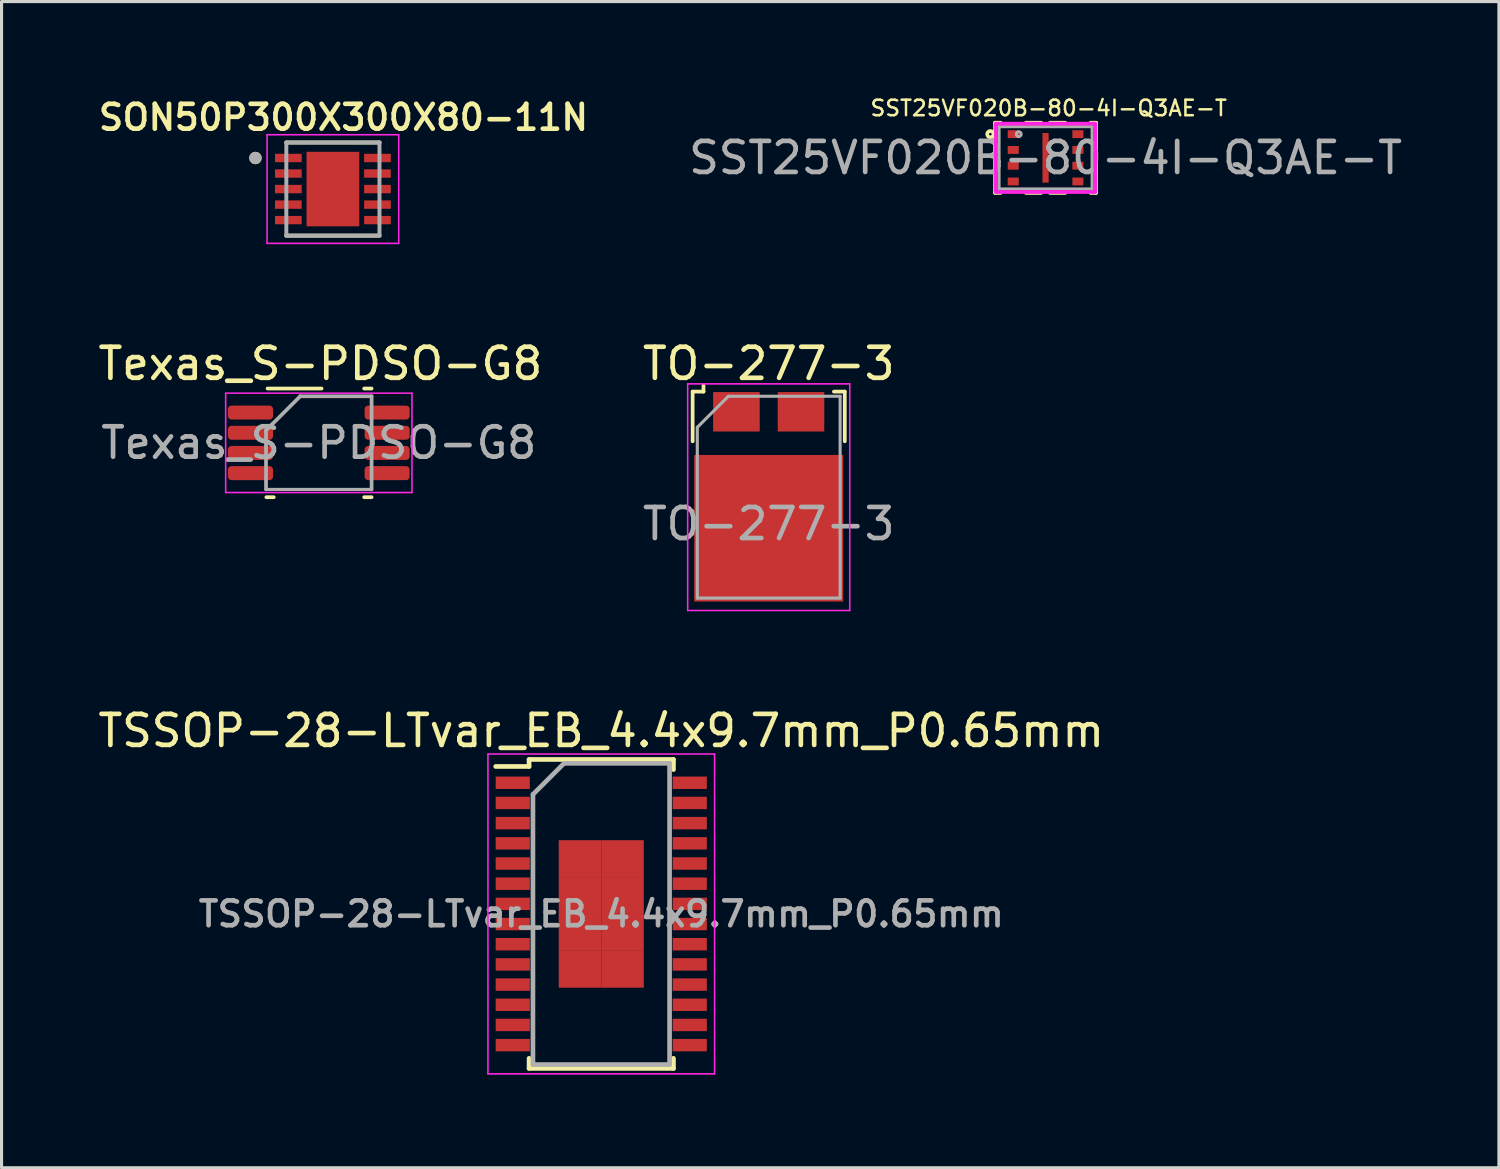
<source format=kicad_pcb>
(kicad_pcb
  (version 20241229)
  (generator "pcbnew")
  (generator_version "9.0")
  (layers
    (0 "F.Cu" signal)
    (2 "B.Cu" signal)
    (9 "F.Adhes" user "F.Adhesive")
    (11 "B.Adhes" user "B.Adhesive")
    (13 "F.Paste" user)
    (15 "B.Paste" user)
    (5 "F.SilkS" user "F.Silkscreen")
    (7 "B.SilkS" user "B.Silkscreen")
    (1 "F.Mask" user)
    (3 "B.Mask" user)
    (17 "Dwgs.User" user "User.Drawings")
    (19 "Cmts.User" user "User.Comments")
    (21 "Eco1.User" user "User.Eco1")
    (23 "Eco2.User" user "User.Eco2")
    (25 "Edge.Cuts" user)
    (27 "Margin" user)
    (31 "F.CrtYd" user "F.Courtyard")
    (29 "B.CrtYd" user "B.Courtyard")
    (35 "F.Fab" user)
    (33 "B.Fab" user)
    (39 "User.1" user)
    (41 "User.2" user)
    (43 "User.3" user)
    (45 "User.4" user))
  (footprint "Texas_S-PDSO-G8"
    (layer "F.Cu")
    (at 7.218 11.213)
    (property "Reference" "Texas_S-PDSO-G8" (at 0.05 -2.55 0) (layer "F.SilkS") (effects (font (size 1 1) (thickness 0.15))))
    (attr smd)
    (fp_line (start -1.45 1.75) (end -1.689 1.75) (stroke (width 0.12) (type solid)) (layer "F.SilkS"))
    (fp_line (start 0.089 -1.75) (end -1.65 -1.75) (stroke (width 0.12) (type solid)) (layer "F.SilkS"))
    (fp_line (start 1.461 -1.75) (end 1.7 -1.75) (stroke (width 0.12) (type solid)) (layer "F.SilkS"))
    (fp_line (start 1.461 1.75) (end 1.7 1.75) (stroke (width 0.12) (type solid)) (layer "F.SilkS"))
    (fp_line (start -3 -1.6) (end -3 1.6) (stroke (width 0.05) (type solid)) (layer "F.CrtYd"))
    (fp_line (start -3 1.6) (end 3 1.6) (stroke (width 0.05) (type solid)) (layer "F.CrtYd"))
    (fp_line (start 3 -1.6) (end -3 -1.6) (stroke (width 0.05) (type solid)) (layer "F.CrtYd"))
    (fp_line (start 3 1.6) (end 3 -1.6) (stroke (width 0.05) (type solid)) (layer "F.CrtYd"))
    (fp_line (start -1.7 -0.4) (end -1.7 1.5) (stroke (width 0.12) (type solid)) (layer "F.Fab"))
    (fp_line (start -1.5 -0.6) (end -1.7 -0.4) (stroke (width 0.12) (type solid)) (layer "F.Fab"))
    (fp_line (start -0.6 -1.5) (end -1.5 -0.6) (stroke (width 0.12) (type solid)) (layer "F.Fab"))
    (fp_line (start 1.7 -1.5) (end -0.6 -1.5) (stroke (width 0.12) (type solid)) (layer "F.Fab"))
    (fp_line (start 1.7 1.5) (end -1.7 1.5) (stroke (width 0.1) (type solid)) (layer "F.Fab"))
    (fp_line (start 1.7 1.5) (end 1.7 -1.5) (stroke (width 0.12) (type solid)) (layer "F.Fab"))
    (fp_text user "${REFERENCE}" (at 0 0 0) (layer "F.Fab") (effects (font (size 0.98 0.98) (thickness 0.15))))
    (pad "1" smd roundrect (at -2.2 -0.975) (size 1.45 0.45) (layers "F.Cu" "F.Mask" "F.Paste") (roundrect_rratio 0.25))
    (pad "2" smd roundrect (at -2.2 -0.325) (size 1.45 0.45) (layers "F.Cu" "F.Mask" "F.Paste") (roundrect_rratio 0.25))
    (pad "3" smd roundrect (at -2.2 0.325) (size 1.45 0.45) (layers "F.Cu" "F.Mask" "F.Paste") (roundrect_rratio 0.25))
    (pad "4" smd roundrect (at -2.2 0.975) (size 1.45 0.45) (layers "F.Cu" "F.Mask" "F.Paste") (roundrect_rratio 0.25))
    (pad "5" smd roundrect (at 2.2 0.975) (size 1.45 0.45) (layers "F.Cu" "F.Mask" "F.Paste") (roundrect_rratio 0.25))
    (pad "6" smd roundrect (at 2.2 0.325) (size 1.45 0.45) (layers "F.Cu" "F.Mask" "F.Paste") (roundrect_rratio 0.25))
    (pad "7" smd roundrect (at 2.2 -0.325) (size 1.45 0.45) (layers "F.Cu" "F.Mask" "F.Paste") (roundrect_rratio 0.25))
    (pad "8" smd roundrect (at 2.2 -0.975) (size 1.45 0.45) (layers "F.Cu" "F.Mask" "F.Paste") (roundrect_rratio 0.25)))
  (footprint "TSSOP-28-LTvar_EB_4.4x9.7mm_P0.65mm"
    (layer "F.Cu")
    (at 16.315 26.386)
    (property "Reference" "TSSOP-28-LTvar_EB_4.4x9.7mm_P0.65mm" (at 0 -5.9 0) (layer "F.SilkS") (effects (font (size 1 1) (thickness 0.15))))
    (attr smd)
    (fp_line (start -2.325 -4.975) (end -2.325 -4.75) (stroke (width 0.15) (type solid)) (layer "F.SilkS"))
    (fp_line (start -2.325 -4.975) (end 2.325 -4.975) (stroke (width 0.15) (type solid)) (layer "F.SilkS"))
    (fp_line (start -2.325 -4.75) (end -3.4 -4.75) (stroke (width 0.15) (type solid)) (layer "F.SilkS"))
    (fp_line (start -2.325 4.975) (end -2.325 4.65) (stroke (width 0.15) (type solid)) (layer "F.SilkS"))
    (fp_line (start -2.325 4.975) (end 2.325 4.975) (stroke (width 0.15) (type solid)) (layer "F.SilkS"))
    (fp_line (start 2.325 -4.975) (end 2.325 -4.65) (stroke (width 0.15) (type solid)) (layer "F.SilkS"))
    (fp_line (start 2.325 4.975) (end 2.325 4.65) (stroke (width 0.15) (type solid)) (layer "F.SilkS"))
    (fp_line (start -3.65 -5.15) (end -3.65 5.15) (stroke (width 0.05) (type solid)) (layer "F.CrtYd"))
    (fp_line (start -3.65 -5.15) (end 3.65 -5.15) (stroke (width 0.05) (type solid)) (layer "F.CrtYd"))
    (fp_line (start -3.65 5.15) (end 3.65 5.15) (stroke (width 0.05) (type solid)) (layer "F.CrtYd"))
    (fp_line (start 3.65 -5.15) (end 3.65 5.15) (stroke (width 0.05) (type solid)) (layer "F.CrtYd"))
    (fp_line (start -2.2 -3.85) (end -1.2 -4.85) (stroke (width 0.15) (type solid)) (layer "F.Fab"))
    (fp_line (start -2.2 4.85) (end -2.2 -3.85) (stroke (width 0.15) (type solid)) (layer "F.Fab"))
    (fp_line (start -1.2 -4.85) (end 2.2 -4.85) (stroke (width 0.15) (type solid)) (layer "F.Fab"))
    (fp_line (start 2.2 -4.85) (end 2.2 4.85) (stroke (width 0.15) (type solid)) (layer "F.Fab"))
    (fp_line (start 2.2 4.85) (end -2.2 4.85) (stroke (width 0.15) (type solid)) (layer "F.Fab"))
    (fp_text user "${REFERENCE}" (at 0 0 0) (layer "F.Fab") (effects (font (size 0.8 0.8) (thickness 0.15))))
    (pad "1" smd rect (at -2.85 -4.225) (size 1.1 0.4) (layers "F.Cu" "F.Mask" "F.Paste"))
    (pad "2" smd rect (at -2.85 -3.575) (size 1.1 0.4) (layers "F.Cu" "F.Mask" "F.Paste"))
    (pad "3" smd rect (at -2.85 -2.925) (size 1.1 0.4) (layers "F.Cu" "F.Mask" "F.Paste"))
    (pad "4" smd rect (at -2.85 -2.275) (size 1.1 0.4) (layers "F.Cu" "F.Mask" "F.Paste"))
    (pad "5" smd rect (at -2.85 -1.625) (size 1.1 0.4) (layers "F.Cu" "F.Mask" "F.Paste"))
    (pad "6" smd rect (at -2.85 -0.975) (size 1.1 0.4) (layers "F.Cu" "F.Mask" "F.Paste"))
    (pad "7" smd rect (at -2.85 -0.325) (size 1.1 0.4) (layers "F.Cu" "F.Mask" "F.Paste"))
    (pad "8" smd rect (at -2.85 0.325) (size 1.1 0.4) (layers "F.Cu" "F.Mask" "F.Paste"))
    (pad "9" smd rect (at -2.85 0.975) (size 1.1 0.4) (layers "F.Cu" "F.Mask" "F.Paste"))
    (pad "10" smd rect (at -2.85 1.625) (size 1.1 0.4) (layers "F.Cu" "F.Mask" "F.Paste"))
    (pad "11" smd rect (at -2.85 2.275) (size 1.1 0.4) (layers "F.Cu" "F.Mask" "F.Paste"))
    (pad "12" smd rect (at -2.85 2.925) (size 1.1 0.4) (layers "F.Cu" "F.Mask" "F.Paste"))
    (pad "13" smd rect (at -2.85 3.575) (size 1.1 0.4) (layers "F.Cu" "F.Mask" "F.Paste"))
    (pad "14" smd rect (at -2.85 4.225) (size 1.1 0.4) (layers "F.Cu" "F.Mask" "F.Paste"))
    (pad "15" smd rect (at 2.85 4.225) (size 1.1 0.4) (layers "F.Cu" "F.Mask" "F.Paste"))
    (pad "16" smd rect (at 2.85 3.575) (size 1.1 0.4) (layers "F.Cu" "F.Mask" "F.Paste"))
    (pad "17" smd rect (at 2.85 2.925) (size 1.1 0.4) (layers "F.Cu" "F.Mask" "F.Paste"))
    (pad "18" smd rect (at 2.85 2.275) (size 1.1 0.4) (layers "F.Cu" "F.Mask" "F.Paste"))
    (pad "19" smd rect (at 2.85 1.625) (size 1.1 0.4) (layers "F.Cu" "F.Mask" "F.Paste"))
    (pad "20" smd rect (at 2.85 0.975) (size 1.1 0.4) (layers "F.Cu" "F.Mask" "F.Paste"))
    (pad "21" smd rect (at 2.85 0.325) (size 1.1 0.4) (layers "F.Cu" "F.Mask" "F.Paste"))
    (pad "22" smd rect (at 2.85 -0.325) (size 1.1 0.4) (layers "F.Cu" "F.Mask" "F.Paste"))
    (pad "23" smd rect (at 2.85 -0.975) (size 1.1 0.4) (layers "F.Cu" "F.Mask" "F.Paste"))
    (pad "24" smd rect (at 2.85 -1.625) (size 1.1 0.4) (layers "F.Cu" "F.Mask" "F.Paste"))
    (pad "25" smd rect (at 2.85 -2.275) (size 1.1 0.4) (layers "F.Cu" "F.Mask" "F.Paste"))
    (pad "26" smd rect (at 2.85 -2.925) (size 1.1 0.4) (layers "F.Cu" "F.Mask" "F.Paste"))
    (pad "27" smd rect (at 2.85 -3.575) (size 1.1 0.4) (layers "F.Cu" "F.Mask" "F.Paste"))
    (pad "28" smd rect (at 2.85 -4.225) (size 1.1 0.4) (layers "F.Cu" "F.Mask" "F.Paste"))
    (pad "29" smd rect (at -0.685 -1.781) (size 1.37 1.188) (layers "F.Cu" "F.Mask" "F.Paste"))
    (pad "29" smd rect (at -0.685 -0.594) (size 1.37 1.188) (layers "F.Cu" "F.Mask" "F.Paste"))
    (pad "29" smd rect (at -0.685 0.594) (size 1.37 1.188) (layers "F.Cu" "F.Mask" "F.Paste"))
    (pad "29" smd rect (at -0.685 1.781) (size 1.37 1.188) (layers "F.Cu" "F.Mask" "F.Paste"))
    (pad "29" smd rect (at 0.685 -1.781) (size 1.37 1.188) (layers "F.Cu" "F.Mask" "F.Paste"))
    (pad "29" smd rect (at 0.685 -0.594) (size 1.37 1.188) (layers "F.Cu" "F.Mask" "F.Paste"))
    (pad "29" smd rect (at 0.685 0.594) (size 1.37 1.188) (layers "F.Cu" "F.Mask" "F.Paste"))
    (pad "29" smd rect (at 0.685 1.781) (size 1.37 1.188) (layers "F.Cu" "F.Mask" "F.Paste")))
  (footprint "SON50P300X300X80-11N"
    (layer "F.Cu")
    (at 7.672 3.039)
    (property "Reference" "SON50P300X300X80-11N" (at 0.34 -2.308 0) (layer "F.SilkS") (effects (font (size 0.8 0.8) (thickness 0.15))))
    (attr through_hole)
    (fp_line (start -1.5 -1.5) (end 1.5 -1.5) (stroke (width 0.127) (type solid)) (layer "F.SilkS"))
    (fp_line (start -1.5 1.5) (end 1.5 1.5) (stroke (width 0.127) (type solid)) (layer "F.SilkS"))
    (fp_circle (center -2.495 -1) (end -2.395 -1) (stroke (width 0.2) (type solid)) (fill no) (layer "F.SilkS"))
    (fp_poly (pts (xy -0.54 -0.76) (xy 0.54 -0.76) (xy 0.54 0.76) (xy -0.54 0.76)) (stroke (width 0.01) (type solid)) (fill yes) (layer "F.Paste"))
    (fp_line (start -2.12 -1.75) (end -2.12 1.75) (stroke (width 0.05) (type solid)) (layer "F.CrtYd"))
    (fp_line (start -2.12 -1.75) (end 2.12 -1.75) (stroke (width 0.05) (type solid)) (layer "F.CrtYd"))
    (fp_line (start -2.12 1.75) (end 2.12 1.75) (stroke (width 0.05) (type solid)) (layer "F.CrtYd"))
    (fp_line (start 2.12 -1.75) (end 2.12 1.75) (stroke (width 0.05) (type solid)) (layer "F.CrtYd"))
    (fp_line (start -1.5 -1.5) (end -1.5 1.5) (stroke (width 0.127) (type solid)) (layer "F.Fab"))
    (fp_line (start -1.5 -1.5) (end 1.5 -1.5) (stroke (width 0.127) (type solid)) (layer "F.Fab"))
    (fp_line (start -1.5 1.5) (end 1.5 1.5) (stroke (width 0.127) (type solid)) (layer "F.Fab"))
    (fp_line (start 1.5 -1.5) (end 1.5 1.5) (stroke (width 0.127) (type solid)) (layer "F.Fab"))
    (fp_circle (center -2.495 -1) (end -2.395 -1) (stroke (width 0.2) (type solid)) (fill no) (layer "F.Fab"))
    (pad "1" smd roundrect (at -1.435 -1) (size 0.86 0.27) (layers "F.Cu" "F.Mask" "F.Paste") (roundrect_rratio 0.03))
    (pad "2" smd roundrect (at -1.435 -0.5) (size 0.86 0.27) (layers "F.Cu" "F.Mask" "F.Paste") (roundrect_rratio 0.03))
    (pad "3" smd roundrect (at -1.435 0) (size 0.86 0.27) (layers "F.Cu" "F.Mask" "F.Paste") (roundrect_rratio 0.03))
    (pad "4" smd roundrect (at -1.435 0.5) (size 0.86 0.27) (layers "F.Cu" "F.Mask" "F.Paste") (roundrect_rratio 0.03))
    (pad "5" smd roundrect (at -1.435 1) (size 0.86 0.27) (layers "F.Cu" "F.Mask" "F.Paste") (roundrect_rratio 0.03))
    (pad "6" smd roundrect (at 1.435 1) (size 0.86 0.27) (layers "F.Cu" "F.Mask" "F.Paste") (roundrect_rratio 0.03))
    (pad "7" smd roundrect (at 1.435 0.5) (size 0.86 0.27) (layers "F.Cu" "F.Mask" "F.Paste") (roundrect_rratio 0.03))
    (pad "8" smd roundrect (at 1.435 0) (size 0.86 0.27) (layers "F.Cu" "F.Mask" "F.Paste") (roundrect_rratio 0.03))
    (pad "9" smd roundrect (at 1.435 -0.5) (size 0.86 0.27) (layers "F.Cu" "F.Mask" "F.Paste") (roundrect_rratio 0.03))
    (pad "10" smd roundrect (at 1.435 -1) (size 0.86 0.27) (layers "F.Cu" "F.Mask" "F.Paste") (roundrect_rratio 0.03))
    (pad "11" smd rect (at 0 0) (size 1.7 2.4) (layers "F.Cu" "F.Mask")))
  (footprint "TO-277-3"
    (layer "F.Cu")
    (at 21.708 12.963)
    (property "Reference" "TO-277-3" (at 0 -4.3 180) (layer "F.SilkS") (effects (font (size 1 1) (thickness 0.15))))
    (attr smd)
    (fp_line (start -2.45 -3.4) (end -2.45 -1.8) (stroke (width 0.12) (type solid)) (layer "F.SilkS"))
    (fp_line (start -2.1 -3.6) (end -2.1 -3.4) (stroke (width 0.12) (type solid)) (layer "F.SilkS"))
    (fp_line (start -2.1 -3.4) (end -2.45 -3.4) (stroke (width 0.12) (type solid)) (layer "F.SilkS"))
    (fp_line (start 2.45 -3.4) (end 2.1 -3.4) (stroke (width 0.12) (type solid)) (layer "F.SilkS"))
    (fp_line (start 2.45 -1.8) (end 2.45 -3.4) (stroke (width 0.12) (type solid)) (layer "F.SilkS"))
    (fp_line (start -2.61 -3.65) (end -2.61 3.65) (stroke (width 0.05) (type solid)) (layer "F.CrtYd"))
    (fp_line (start -2.61 -3.65) (end 2.61 -3.65) (stroke (width 0.05) (type solid)) (layer "F.CrtYd"))
    (fp_line (start 2.61 3.65) (end -2.61 3.65) (stroke (width 0.05) (type solid)) (layer "F.CrtYd"))
    (fp_line (start 2.61 3.65) (end 2.61 -3.65) (stroke (width 0.05) (type solid)) (layer "F.CrtYd"))
    (fp_line (start -2.3 -2.25) (end -2.3 3.25) (stroke (width 0.1) (type solid)) (layer "F.Fab"))
    (fp_line (start -2.3 3.25) (end 2.3 3.25) (stroke (width 0.1) (type solid)) (layer "F.Fab"))
    (fp_line (start -1.3 -3.25) (end -2.3 -2.25) (stroke (width 0.1) (type solid)) (layer "F.Fab"))
    (fp_line (start 2.3 -3.25) (end -1.3 -3.25) (stroke (width 0.1) (type solid)) (layer "F.Fab"))
    (fp_line (start 2.3 3.25) (end 2.3 -3.25) (stroke (width 0.1) (type solid)) (layer "F.Fab"))
    (fp_text user "${REFERENCE}" (at 0 0.86 0) (layer "F.Fab") (effects (font (size 1 1) (thickness 0.15))))
    (pad "" smd rect (at -1.7 -0.65 180) (size 1.25 1.2) (layers "F.Paste"))
    (pad "" smd rect (at -1.7 1.04 180) (size 1.25 1.2) (layers "F.Paste"))
    (pad "" smd rect (at -1.7 2.7 180) (size 1.25 1.2) (layers "F.Paste"))
    (pad "" smd rect (at 0 -0.65 180) (size 1.25 1.2) (layers "F.Paste"))
    (pad "" smd rect (at 0 1.04 180) (size 1.25 1.2) (layers "F.Paste"))
    (pad "" smd rect (at 0 2.7 180) (size 1.25 1.2) (layers "F.Paste"))
    (pad "" smd rect (at 1.7 -0.65 180) (size 1.25 1.2) (layers "F.Paste"))
    (pad "" smd rect (at 1.7 1.04 180) (size 1.25 1.2) (layers "F.Paste"))
    (pad "" smd rect (at 1.7 2.7 180) (size 1.25 1.2) (layers "F.Paste"))
    (pad "1" smd rect (at -1.04 -2.75 180) (size 1.5 1.27) (layers "F.Cu" "F.Mask" "F.Paste"))
    (pad "2" smd rect (at 1.04 -2.75 180) (size 1.5 1.27) (layers "F.Cu" "F.Mask" "F.Paste"))
    (pad "3" smd rect (at 0 1 180) (size 4.8 4.72) (layers "F.Cu" "F.Mask" "F.Paste")))
  (footprint "SST25VF020B-80-4I-Q3AE-T"
    (layer "F.Cu")
    (at 30.625 2.033)
    (property "Reference" "SST25VF020B-80-4I-Q3AE-T" (at 0.1 -1.6 0) (layer "F.SilkS") (effects (font (size 0.5 0.5) (thickness 0.08))))
    (attr smd)
    (fp_line (start -1.626 -1.13) (end -1.626 1.13) (stroke (width 0.12) (type solid)) (layer "F.SilkS"))
    (fp_line (start -1.626 1.13) (end -1.448 1.13) (stroke (width 0.12) (type solid)) (layer "F.SilkS"))
    (fp_line (start -1.448 -1.13) (end -1.626 -1.13) (stroke (width 0.12) (type solid)) (layer "F.SilkS"))
    (fp_line (start -0.634 1.13) (end -0.14 1.13) (stroke (width 0.12) (type solid)) (layer "F.SilkS"))
    (fp_line (start -0.14 -1.13) (end -0.634 -1.13) (stroke (width 0.12) (type solid)) (layer "F.SilkS"))
    (fp_line (start 0.14 1.13) (end 0.634 1.13) (stroke (width 0.12) (type solid)) (layer "F.SilkS"))
    (fp_line (start 0.634 -1.13) (end 0.14 -1.13) (stroke (width 0.12) (type solid)) (layer "F.SilkS"))
    (fp_line (start 1.448 1.13) (end 1.626 1.13) (stroke (width 0.12) (type solid)) (layer "F.SilkS"))
    (fp_line (start 1.626 -1.13) (end 1.448 -1.13) (stroke (width 0.12) (type solid)) (layer "F.SilkS"))
    (fp_line (start 1.626 1.13) (end 1.626 -1.13) (stroke (width 0.12) (type solid)) (layer "F.SilkS"))
    (fp_circle (center -1.778 -0.762) (end -1.676 -0.762) (stroke (width 0.12) (type solid)) (fill no) (layer "F.SilkS"))
    (fp_line (start -1.6 -1.1) (end 1.6 -1.1) (stroke (width 0.12) (type solid)) (layer "F.CrtYd"))
    (fp_line (start -1.6 1.1) (end -1.6 -1.1) (stroke (width 0.12) (type solid)) (layer "F.CrtYd"))
    (fp_line (start 1.6 -1.1) (end 1.6 1.1) (stroke (width 0.12) (type solid)) (layer "F.CrtYd"))
    (fp_line (start 1.6 1.1) (end -1.6 1.1) (stroke (width 0.12) (type solid)) (layer "F.CrtYd"))
    (fp_line (start -1.499 -1.003) (end -1.499 1.003) (stroke (width 0.1) (type solid)) (layer "F.Fab"))
    (fp_line (start -1.499 1.003) (end 1.499 1.003) (stroke (width 0.1) (type solid)) (layer "F.Fab"))
    (fp_line (start 1.499 -1.003) (end -1.499 -1.003) (stroke (width 0.1) (type solid)) (layer "F.Fab"))
    (fp_line (start 1.499 1.003) (end 1.499 -1.003) (stroke (width 0.1) (type solid)) (layer "F.Fab"))
    (fp_circle (center -0.864 -0.762) (end -0.787 -0.762) (stroke (width 0.1) (type solid)) (fill no) (layer "F.Fab"))
    (fp_text user "${REFERENCE}" (at 0 0 0) (layer "F.Fab") (effects (font (size 1 1) (thickness 0.15))))
    (pad "1" smd rect (at -1.041 -0.762) (size 0.356 0.254) (layers "F.Cu" "F.Mask" "F.Paste"))
    (pad "2" smd rect (at -1.041 -0.254) (size 0.356 0.254) (layers "F.Cu" "F.Mask" "F.Paste"))
    (pad "3" smd rect (at -1.041 0.254) (size 0.356 0.254) (layers "F.Cu" "F.Mask" "F.Paste"))
    (pad "4" smd rect (at -1.041 0.762) (size 0.356 0.254) (layers "F.Cu" "F.Mask" "F.Paste"))
    (pad "5" smd rect (at 1.041 0.762) (size 0.356 0.254) (layers "F.Cu" "F.Mask" "F.Paste"))
    (pad "6" smd rect (at 1.041 0.254) (size 0.356 0.254) (layers "F.Cu" "F.Mask" "F.Paste"))
    (pad "7" smd rect (at 1.041 -0.254) (size 0.356 0.254) (layers "F.Cu" "F.Mask" "F.Paste"))
    (pad "8" smd rect (at 1.041 -0.762) (size 0.356 0.254) (layers "F.Cu" "F.Mask" "F.Paste"))
    (pad "9" smd rect (at 0 0) (size 0.2 1.6) (layers "F.Cu" "F.Mask" "F.Paste")))
  (gr_rect
    (start -3 -3)
    (end 45.226 34.561)
    (stroke (width 0.1) (type default))
    (fill no)
    (layer "Edge.Cuts")))
</source>
